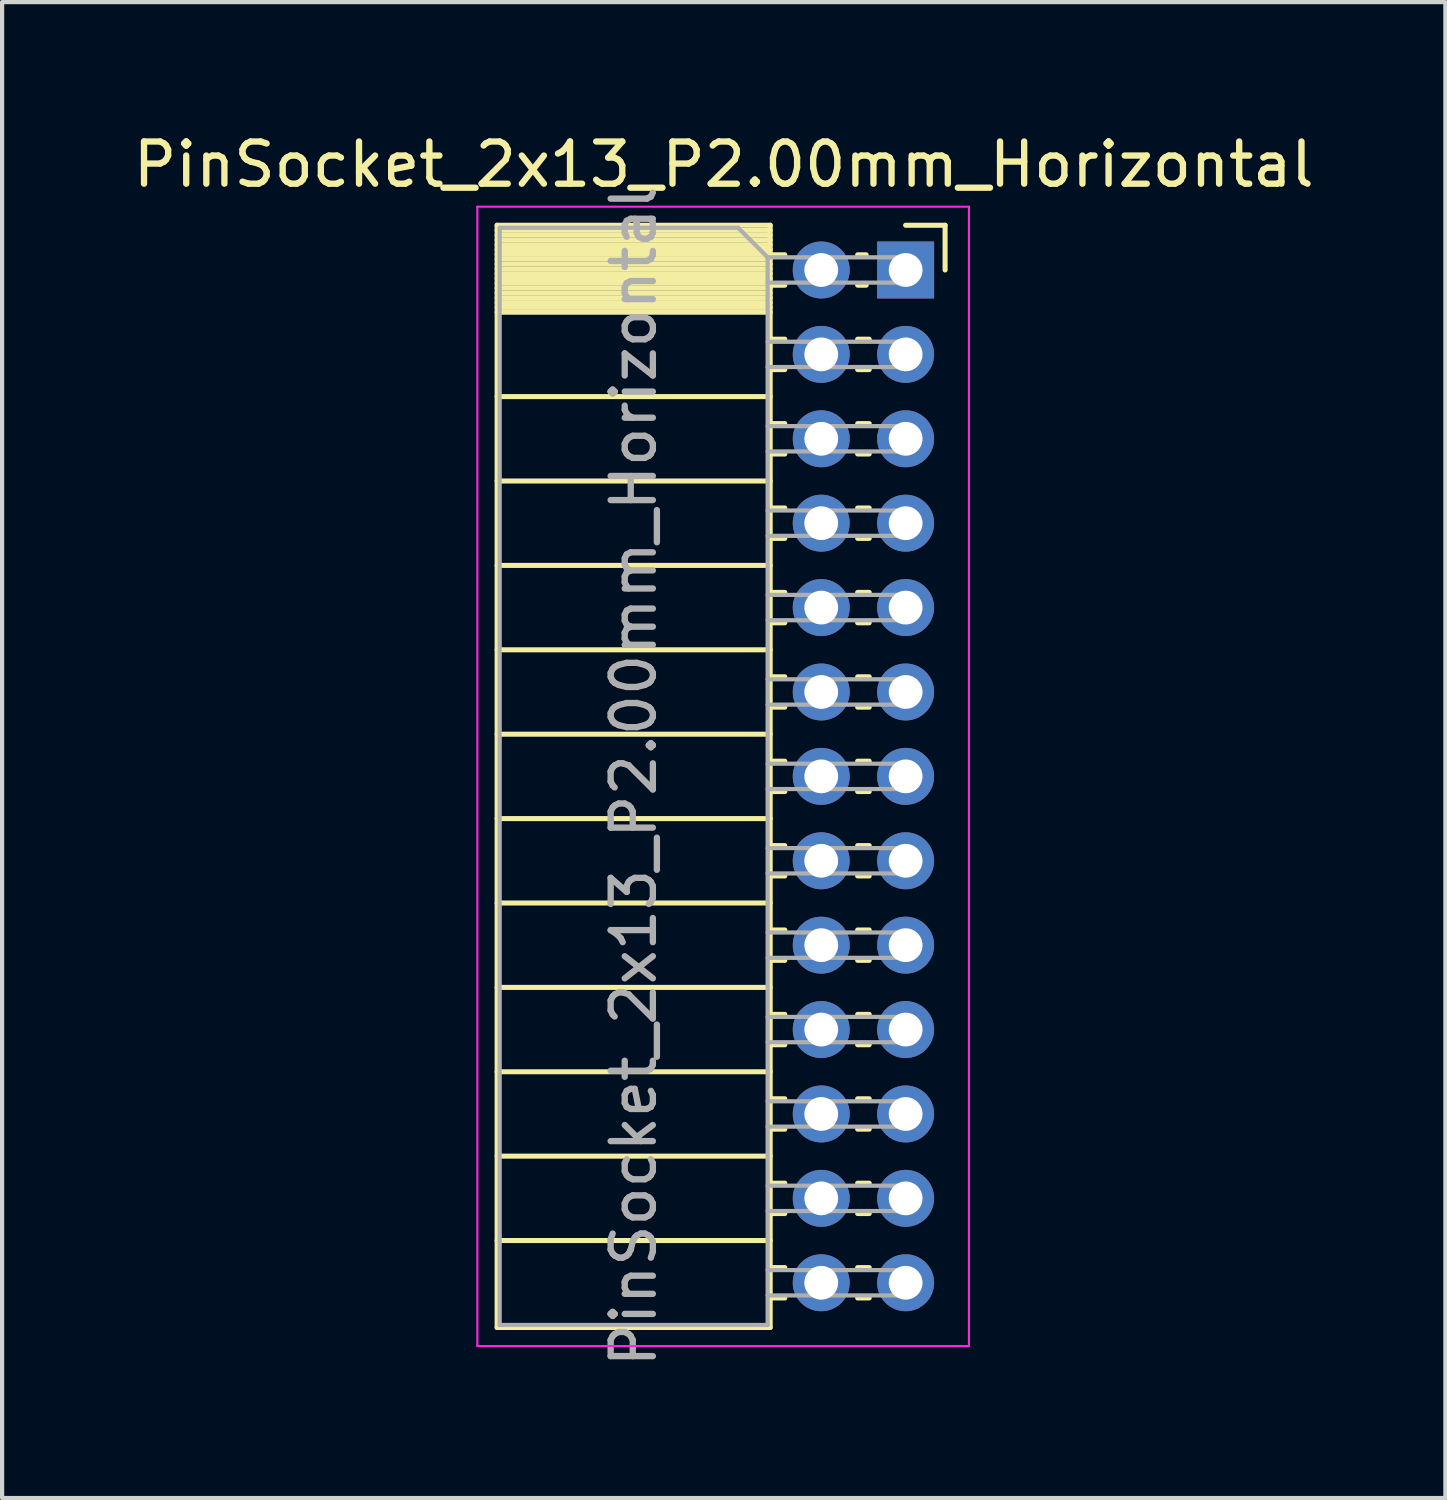
<source format=kicad_pcb>
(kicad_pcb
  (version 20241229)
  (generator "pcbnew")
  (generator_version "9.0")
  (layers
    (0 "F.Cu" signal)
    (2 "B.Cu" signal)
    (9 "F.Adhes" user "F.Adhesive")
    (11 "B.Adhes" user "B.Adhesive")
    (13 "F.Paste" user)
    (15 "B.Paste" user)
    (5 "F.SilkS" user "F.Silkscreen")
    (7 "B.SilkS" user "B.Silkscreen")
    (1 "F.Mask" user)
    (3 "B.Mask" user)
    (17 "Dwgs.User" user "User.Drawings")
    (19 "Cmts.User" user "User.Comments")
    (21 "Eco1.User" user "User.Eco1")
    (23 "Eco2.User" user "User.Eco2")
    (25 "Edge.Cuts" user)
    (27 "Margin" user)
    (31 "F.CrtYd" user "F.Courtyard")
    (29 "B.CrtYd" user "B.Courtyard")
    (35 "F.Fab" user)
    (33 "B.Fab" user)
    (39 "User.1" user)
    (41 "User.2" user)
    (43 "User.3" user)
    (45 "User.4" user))
  (footprint "PinSocket_2x13_P2.00mm_Horizontal"
    (layer "F.Cu")
    (at 18.411 3.348)
    (property "Reference" "PinSocket_2x13_P2.00mm_Horizontal" (at -4.31 -2.5 0) (layer "F.SilkS") (effects (font (size 1 1) (thickness 0.15))))
    (attr through_hole)
    (fp_line (start -9.68 -1.06) (end -9.68 25.06) (stroke (width 0.12) (type solid)) (layer "F.SilkS"))
    (fp_line (start -9.68 -1.06) (end -3.21 -1.06) (stroke (width 0.12) (type solid)) (layer "F.SilkS"))
    (fp_line (start -9.68 -0.94) (end -3.21 -0.94) (stroke (width 0.12) (type solid)) (layer "F.SilkS"))
    (fp_line (start -9.68 -0.826) (end -3.21 -0.826) (stroke (width 0.12) (type solid)) (layer "F.SilkS"))
    (fp_line (start -9.68 -0.712) (end -3.21 -0.712) (stroke (width 0.12) (type solid)) (layer "F.SilkS"))
    (fp_line (start -9.68 -0.598) (end -3.21 -0.598) (stroke (width 0.12) (type solid)) (layer "F.SilkS"))
    (fp_line (start -9.68 -0.484) (end -3.21 -0.484) (stroke (width 0.12) (type solid)) (layer "F.SilkS"))
    (fp_line (start -9.68 -0.369) (end -3.21 -0.369) (stroke (width 0.12) (type solid)) (layer "F.SilkS"))
    (fp_line (start -9.68 -0.255) (end -3.21 -0.255) (stroke (width 0.12) (type solid)) (layer "F.SilkS"))
    (fp_line (start -9.68 -0.141) (end -3.21 -0.141) (stroke (width 0.12) (type solid)) (layer "F.SilkS"))
    (fp_line (start -9.68 -0.027) (end -3.21 -0.027) (stroke (width 0.12) (type solid)) (layer "F.SilkS"))
    (fp_line (start -9.68 0.087) (end -3.21 0.087) (stroke (width 0.12) (type solid)) (layer "F.SilkS"))
    (fp_line (start -9.68 0.201) (end -3.21 0.201) (stroke (width 0.12) (type solid)) (layer "F.SilkS"))
    (fp_line (start -9.68 0.315) (end -3.21 0.315) (stroke (width 0.12) (type solid)) (layer "F.SilkS"))
    (fp_line (start -9.68 0.429) (end -3.21 0.429) (stroke (width 0.12) (type solid)) (layer "F.SilkS"))
    (fp_line (start -9.68 0.544) (end -3.21 0.544) (stroke (width 0.12) (type solid)) (layer "F.SilkS"))
    (fp_line (start -9.68 0.658) (end -3.21 0.658) (stroke (width 0.12) (type solid)) (layer "F.SilkS"))
    (fp_line (start -9.68 0.772) (end -3.21 0.772) (stroke (width 0.12) (type solid)) (layer "F.SilkS"))
    (fp_line (start -9.68 0.886) (end -3.21 0.886) (stroke (width 0.12) (type solid)) (layer "F.SilkS"))
    (fp_line (start -9.68 1) (end -3.21 1) (stroke (width 0.12) (type solid)) (layer "F.SilkS"))
    (fp_line (start -9.68 3) (end -3.21 3) (stroke (width 0.12) (type solid)) (layer "F.SilkS"))
    (fp_line (start -9.68 5) (end -3.21 5) (stroke (width 0.12) (type solid)) (layer "F.SilkS"))
    (fp_line (start -9.68 7) (end -3.21 7) (stroke (width 0.12) (type solid)) (layer "F.SilkS"))
    (fp_line (start -9.68 9) (end -3.21 9) (stroke (width 0.12) (type solid)) (layer "F.SilkS"))
    (fp_line (start -9.68 11) (end -3.21 11) (stroke (width 0.12) (type solid)) (layer "F.SilkS"))
    (fp_line (start -9.68 13) (end -3.21 13) (stroke (width 0.12) (type solid)) (layer "F.SilkS"))
    (fp_line (start -9.68 15) (end -3.21 15) (stroke (width 0.12) (type solid)) (layer "F.SilkS"))
    (fp_line (start -9.68 17) (end -3.21 17) (stroke (width 0.12) (type solid)) (layer "F.SilkS"))
    (fp_line (start -9.68 19) (end -3.21 19) (stroke (width 0.12) (type solid)) (layer "F.SilkS"))
    (fp_line (start -9.68 21) (end -3.21 21) (stroke (width 0.12) (type solid)) (layer "F.SilkS"))
    (fp_line (start -9.68 23) (end -3.21 23) (stroke (width 0.12) (type solid)) (layer "F.SilkS"))
    (fp_line (start -9.68 25.06) (end -3.21 25.06) (stroke (width 0.12) (type solid)) (layer "F.SilkS"))
    (fp_line (start -3.21 -1.06) (end -3.21 25.06) (stroke (width 0.12) (type solid)) (layer "F.SilkS"))
    (fp_line (start -3.21 -0.36) (end -2.863 -0.36) (stroke (width 0.12) (type solid)) (layer "F.SilkS"))
    (fp_line (start -3.21 0.36) (end -2.863 0.36) (stroke (width 0.12) (type solid)) (layer "F.SilkS"))
    (fp_line (start -3.21 1.64) (end -2.863 1.64) (stroke (width 0.12) (type solid)) (layer "F.SilkS"))
    (fp_line (start -3.21 2.36) (end -2.863 2.36) (stroke (width 0.12) (type solid)) (layer "F.SilkS"))
    (fp_line (start -3.21 3.64) (end -2.863 3.64) (stroke (width 0.12) (type solid)) (layer "F.SilkS"))
    (fp_line (start -3.21 4.36) (end -2.863 4.36) (stroke (width 0.12) (type solid)) (layer "F.SilkS"))
    (fp_line (start -3.21 5.64) (end -2.863 5.64) (stroke (width 0.12) (type solid)) (layer "F.SilkS"))
    (fp_line (start -3.21 6.36) (end -2.863 6.36) (stroke (width 0.12) (type solid)) (layer "F.SilkS"))
    (fp_line (start -3.21 7.64) (end -2.863 7.64) (stroke (width 0.12) (type solid)) (layer "F.SilkS"))
    (fp_line (start -3.21 8.36) (end -2.863 8.36) (stroke (width 0.12) (type solid)) (layer "F.SilkS"))
    (fp_line (start -3.21 9.64) (end -2.863 9.64) (stroke (width 0.12) (type solid)) (layer "F.SilkS"))
    (fp_line (start -3.21 10.36) (end -2.863 10.36) (stroke (width 0.12) (type solid)) (layer "F.SilkS"))
    (fp_line (start -3.21 11.64) (end -2.863 11.64) (stroke (width 0.12) (type solid)) (layer "F.SilkS"))
    (fp_line (start -3.21 12.36) (end -2.863 12.36) (stroke (width 0.12) (type solid)) (layer "F.SilkS"))
    (fp_line (start -3.21 13.64) (end -2.863 13.64) (stroke (width 0.12) (type solid)) (layer "F.SilkS"))
    (fp_line (start -3.21 14.36) (end -2.863 14.36) (stroke (width 0.12) (type solid)) (layer "F.SilkS"))
    (fp_line (start -3.21 15.64) (end -2.863 15.64) (stroke (width 0.12) (type solid)) (layer "F.SilkS"))
    (fp_line (start -3.21 16.36) (end -2.863 16.36) (stroke (width 0.12) (type solid)) (layer "F.SilkS"))
    (fp_line (start -3.21 17.64) (end -2.863 17.64) (stroke (width 0.12) (type solid)) (layer "F.SilkS"))
    (fp_line (start -3.21 18.36) (end -2.863 18.36) (stroke (width 0.12) (type solid)) (layer "F.SilkS"))
    (fp_line (start -3.21 19.64) (end -2.863 19.64) (stroke (width 0.12) (type solid)) (layer "F.SilkS"))
    (fp_line (start -3.21 20.36) (end -2.863 20.36) (stroke (width 0.12) (type solid)) (layer "F.SilkS"))
    (fp_line (start -3.21 21.64) (end -2.863 21.64) (stroke (width 0.12) (type solid)) (layer "F.SilkS"))
    (fp_line (start -3.21 22.36) (end -2.863 22.36) (stroke (width 0.12) (type solid)) (layer "F.SilkS"))
    (fp_line (start -3.21 23.64) (end -2.863 23.64) (stroke (width 0.12) (type solid)) (layer "F.SilkS"))
    (fp_line (start -3.21 24.36) (end -2.863 24.36) (stroke (width 0.12) (type solid)) (layer "F.SilkS"))
    (fp_line (start -1.137 -0.36) (end -0.935 -0.36) (stroke (width 0.12) (type solid)) (layer "F.SilkS"))
    (fp_line (start -1.137 0.36) (end -0.935 0.36) (stroke (width 0.12) (type solid)) (layer "F.SilkS"))
    (fp_line (start -1.137 1.64) (end -0.863 1.64) (stroke (width 0.12) (type solid)) (layer "F.SilkS"))
    (fp_line (start -1.137 2.36) (end -0.863 2.36) (stroke (width 0.12) (type solid)) (layer "F.SilkS"))
    (fp_line (start -1.137 3.64) (end -0.863 3.64) (stroke (width 0.12) (type solid)) (layer "F.SilkS"))
    (fp_line (start -1.137 4.36) (end -0.863 4.36) (stroke (width 0.12) (type solid)) (layer "F.SilkS"))
    (fp_line (start -1.137 5.64) (end -0.863 5.64) (stroke (width 0.12) (type solid)) (layer "F.SilkS"))
    (fp_line (start -1.137 6.36) (end -0.863 6.36) (stroke (width 0.12) (type solid)) (layer "F.SilkS"))
    (fp_line (start -1.137 7.64) (end -0.863 7.64) (stroke (width 0.12) (type solid)) (layer "F.SilkS"))
    (fp_line (start -1.137 8.36) (end -0.863 8.36) (stroke (width 0.12) (type solid)) (layer "F.SilkS"))
    (fp_line (start -1.137 9.64) (end -0.863 9.64) (stroke (width 0.12) (type solid)) (layer "F.SilkS"))
    (fp_line (start -1.137 10.36) (end -0.863 10.36) (stroke (width 0.12) (type solid)) (layer "F.SilkS"))
    (fp_line (start -1.137 11.64) (end -0.863 11.64) (stroke (width 0.12) (type solid)) (layer "F.SilkS"))
    (fp_line (start -1.137 12.36) (end -0.863 12.36) (stroke (width 0.12) (type solid)) (layer "F.SilkS"))
    (fp_line (start -1.137 13.64) (end -0.863 13.64) (stroke (width 0.12) (type solid)) (layer "F.SilkS"))
    (fp_line (start -1.137 14.36) (end -0.863 14.36) (stroke (width 0.12) (type solid)) (layer "F.SilkS"))
    (fp_line (start -1.137 15.64) (end -0.863 15.64) (stroke (width 0.12) (type solid)) (layer "F.SilkS"))
    (fp_line (start -1.137 16.36) (end -0.863 16.36) (stroke (width 0.12) (type solid)) (layer "F.SilkS"))
    (fp_line (start -1.137 17.64) (end -0.863 17.64) (stroke (width 0.12) (type solid)) (layer "F.SilkS"))
    (fp_line (start -1.137 18.36) (end -0.863 18.36) (stroke (width 0.12) (type solid)) (layer "F.SilkS"))
    (fp_line (start -1.137 19.64) (end -0.863 19.64) (stroke (width 0.12) (type solid)) (layer "F.SilkS"))
    (fp_line (start -1.137 20.36) (end -0.863 20.36) (stroke (width 0.12) (type solid)) (layer "F.SilkS"))
    (fp_line (start -1.137 21.64) (end -0.863 21.64) (stroke (width 0.12) (type solid)) (layer "F.SilkS"))
    (fp_line (start -1.137 22.36) (end -0.863 22.36) (stroke (width 0.12) (type solid)) (layer "F.SilkS"))
    (fp_line (start -1.137 23.64) (end -0.863 23.64) (stroke (width 0.12) (type solid)) (layer "F.SilkS"))
    (fp_line (start -1.137 24.36) (end -0.863 24.36) (stroke (width 0.12) (type solid)) (layer "F.SilkS"))
    (fp_line (start 0 -1.06) (end 0.935 -1.06) (stroke (width 0.12) (type solid)) (layer "F.SilkS"))
    (fp_line (start 0.935 -1.06) (end 0.935 0) (stroke (width 0.12) (type solid)) (layer "F.SilkS"))
    (fp_line (start -10.15 -1.5) (end -10.15 25.5) (stroke (width 0.05) (type solid)) (layer "F.CrtYd"))
    (fp_line (start -10.15 25.5) (end 1.5 25.5) (stroke (width 0.05) (type solid)) (layer "F.CrtYd"))
    (fp_line (start 1.5 -1.5) (end -10.15 -1.5) (stroke (width 0.05) (type solid)) (layer "F.CrtYd"))
    (fp_line (start 1.5 25.5) (end 1.5 -1.5) (stroke (width 0.05) (type solid)) (layer "F.CrtYd"))
    (fp_line (start -9.62 -1) (end -3.97 -1) (stroke (width 0.1) (type solid)) (layer "F.Fab"))
    (fp_line (start -9.62 25) (end -9.62 -1) (stroke (width 0.1) (type solid)) (layer "F.Fab"))
    (fp_line (start -3.97 -1) (end -3.27 -0.3) (stroke (width 0.1) (type solid)) (layer "F.Fab"))
    (fp_line (start -3.27 -0.3) (end -3.27 25) (stroke (width 0.1) (type solid)) (layer "F.Fab"))
    (fp_line (start -3.27 0.3) (end 0 0.3) (stroke (width 0.1) (type solid)) (layer "F.Fab"))
    (fp_line (start -3.27 2.3) (end 0 2.3) (stroke (width 0.1) (type solid)) (layer "F.Fab"))
    (fp_line (start -3.27 4.3) (end 0 4.3) (stroke (width 0.1) (type solid)) (layer "F.Fab"))
    (fp_line (start -3.27 6.3) (end 0 6.3) (stroke (width 0.1) (type solid)) (layer "F.Fab"))
    (fp_line (start -3.27 8.3) (end 0 8.3) (stroke (width 0.1) (type solid)) (layer "F.Fab"))
    (fp_line (start -3.27 10.3) (end 0 10.3) (stroke (width 0.1) (type solid)) (layer "F.Fab"))
    (fp_line (start -3.27 12.3) (end 0 12.3) (stroke (width 0.1) (type solid)) (layer "F.Fab"))
    (fp_line (start -3.27 14.3) (end 0 14.3) (stroke (width 0.1) (type solid)) (layer "F.Fab"))
    (fp_line (start -3.27 16.3) (end 0 16.3) (stroke (width 0.1) (type solid)) (layer "F.Fab"))
    (fp_line (start -3.27 18.3) (end 0 18.3) (stroke (width 0.1) (type solid)) (layer "F.Fab"))
    (fp_line (start -3.27 20.3) (end 0 20.3) (stroke (width 0.1) (type solid)) (layer "F.Fab"))
    (fp_line (start -3.27 22.3) (end 0 22.3) (stroke (width 0.1) (type solid)) (layer "F.Fab"))
    (fp_line (start -3.27 24.3) (end 0 24.3) (stroke (width 0.1) (type solid)) (layer "F.Fab"))
    (fp_line (start -3.27 25) (end -9.62 25) (stroke (width 0.1) (type solid)) (layer "F.Fab"))
    (fp_line (start 0 -0.3) (end -3.27 -0.3) (stroke (width 0.1) (type solid)) (layer "F.Fab"))
    (fp_line (start 0 0.3) (end 0 -0.3) (stroke (width 0.1) (type solid)) (layer "F.Fab"))
    (fp_line (start 0 1.7) (end -3.27 1.7) (stroke (width 0.1) (type solid)) (layer "F.Fab"))
    (fp_line (start 0 2.3) (end 0 1.7) (stroke (width 0.1) (type solid)) (layer "F.Fab"))
    (fp_line (start 0 3.7) (end -3.27 3.7) (stroke (width 0.1) (type solid)) (layer "F.Fab"))
    (fp_line (start 0 4.3) (end 0 3.7) (stroke (width 0.1) (type solid)) (layer "F.Fab"))
    (fp_line (start 0 5.7) (end -3.27 5.7) (stroke (width 0.1) (type solid)) (layer "F.Fab"))
    (fp_line (start 0 6.3) (end 0 5.7) (stroke (width 0.1) (type solid)) (layer "F.Fab"))
    (fp_line (start 0 7.7) (end -3.27 7.7) (stroke (width 0.1) (type solid)) (layer "F.Fab"))
    (fp_line (start 0 8.3) (end 0 7.7) (stroke (width 0.1) (type solid)) (layer "F.Fab"))
    (fp_line (start 0 9.7) (end -3.27 9.7) (stroke (width 0.1) (type solid)) (layer "F.Fab"))
    (fp_line (start 0 10.3) (end 0 9.7) (stroke (width 0.1) (type solid)) (layer "F.Fab"))
    (fp_line (start 0 11.7) (end -3.27 11.7) (stroke (width 0.1) (type solid)) (layer "F.Fab"))
    (fp_line (start 0 12.3) (end 0 11.7) (stroke (width 0.1) (type solid)) (layer "F.Fab"))
    (fp_line (start 0 13.7) (end -3.27 13.7) (stroke (width 0.1) (type solid)) (layer "F.Fab"))
    (fp_line (start 0 14.3) (end 0 13.7) (stroke (width 0.1) (type solid)) (layer "F.Fab"))
    (fp_line (start 0 15.7) (end -3.27 15.7) (stroke (width 0.1) (type solid)) (layer "F.Fab"))
    (fp_line (start 0 16.3) (end 0 15.7) (stroke (width 0.1) (type solid)) (layer "F.Fab"))
    (fp_line (start 0 17.7) (end -3.27 17.7) (stroke (width 0.1) (type solid)) (layer "F.Fab"))
    (fp_line (start 0 18.3) (end 0 17.7) (stroke (width 0.1) (type solid)) (layer "F.Fab"))
    (fp_line (start 0 19.7) (end -3.27 19.7) (stroke (width 0.1) (type solid)) (layer "F.Fab"))
    (fp_line (start 0 20.3) (end 0 19.7) (stroke (width 0.1) (type solid)) (layer "F.Fab"))
    (fp_line (start 0 21.7) (end -3.27 21.7) (stroke (width 0.1) (type solid)) (layer "F.Fab"))
    (fp_line (start 0 22.3) (end 0 21.7) (stroke (width 0.1) (type solid)) (layer "F.Fab"))
    (fp_line (start 0 23.7) (end -3.27 23.7) (stroke (width 0.1) (type solid)) (layer "F.Fab"))
    (fp_line (start 0 24.3) (end 0 23.7) (stroke (width 0.1) (type solid)) (layer "F.Fab"))
    (fp_text user "${REFERENCE}" (at -6.445 12 90) (layer "F.Fab") (effects (font (size 1 1) (thickness 0.15))))
    (pad "1" thru_hole rect (at 0 0) (size 1.35 1.35) (drill 0.8) (layers "*.Cu" "*.Mask"))
    (pad "2" thru_hole circle (at -2 0) (size 1.35 1.35) (drill 0.8) (layers "*.Cu" "*.Mask"))
    (pad "3" thru_hole circle (at 0 2) (size 1.35 1.35) (drill 0.8) (layers "*.Cu" "*.Mask"))
    (pad "4" thru_hole circle (at -2 2) (size 1.35 1.35) (drill 0.8) (layers "*.Cu" "*.Mask"))
    (pad "5" thru_hole circle (at 0 4) (size 1.35 1.35) (drill 0.8) (layers "*.Cu" "*.Mask"))
    (pad "6" thru_hole circle (at -2 4) (size 1.35 1.35) (drill 0.8) (layers "*.Cu" "*.Mask"))
    (pad "7" thru_hole circle (at 0 6) (size 1.35 1.35) (drill 0.8) (layers "*.Cu" "*.Mask"))
    (pad "8" thru_hole circle (at -2 6) (size 1.35 1.35) (drill 0.8) (layers "*.Cu" "*.Mask"))
    (pad "9" thru_hole circle (at 0 8) (size 1.35 1.35) (drill 0.8) (layers "*.Cu" "*.Mask"))
    (pad "10" thru_hole circle (at -2 8) (size 1.35 1.35) (drill 0.8) (layers "*.Cu" "*.Mask"))
    (pad "11" thru_hole circle (at 0 10) (size 1.35 1.35) (drill 0.8) (layers "*.Cu" "*.Mask"))
    (pad "12" thru_hole circle (at -2 10) (size 1.35 1.35) (drill 0.8) (layers "*.Cu" "*.Mask"))
    (pad "13" thru_hole circle (at 0 12) (size 1.35 1.35) (drill 0.8) (layers "*.Cu" "*.Mask"))
    (pad "14" thru_hole circle (at -2 12) (size 1.35 1.35) (drill 0.8) (layers "*.Cu" "*.Mask"))
    (pad "15" thru_hole circle (at 0 14) (size 1.35 1.35) (drill 0.8) (layers "*.Cu" "*.Mask"))
    (pad "16" thru_hole circle (at -2 14) (size 1.35 1.35) (drill 0.8) (layers "*.Cu" "*.Mask"))
    (pad "17" thru_hole circle (at 0 16) (size 1.35 1.35) (drill 0.8) (layers "*.Cu" "*.Mask"))
    (pad "18" thru_hole circle (at -2 16) (size 1.35 1.35) (drill 0.8) (layers "*.Cu" "*.Mask"))
    (pad "19" thru_hole circle (at 0 18) (size 1.35 1.35) (drill 0.8) (layers "*.Cu" "*.Mask"))
    (pad "20" thru_hole circle (at -2 18) (size 1.35 1.35) (drill 0.8) (layers "*.Cu" "*.Mask"))
    (pad "21" thru_hole circle (at 0 20) (size 1.35 1.35) (drill 0.8) (layers "*.Cu" "*.Mask"))
    (pad "22" thru_hole circle (at -2 20) (size 1.35 1.35) (drill 0.8) (layers "*.Cu" "*.Mask"))
    (pad "23" thru_hole circle (at 0 22) (size 1.35 1.35) (drill 0.8) (layers "*.Cu" "*.Mask"))
    (pad "24" thru_hole circle (at -2 22) (size 1.35 1.35) (drill 0.8) (layers "*.Cu" "*.Mask"))
    (pad "25" thru_hole circle (at 0 24) (size 1.35 1.35) (drill 0.8) (layers "*.Cu" "*.Mask"))
    (pad "26" thru_hole circle (at -2 24) (size 1.35 1.35) (drill 0.8) (layers "*.Cu" "*.Mask")))
  (gr_rect
    (start -3 -3)
    (end 31.202 32.449)
    (stroke (width 0.1) (type default))
    (fill no)
    (layer "Edge.Cuts")))
</source>
